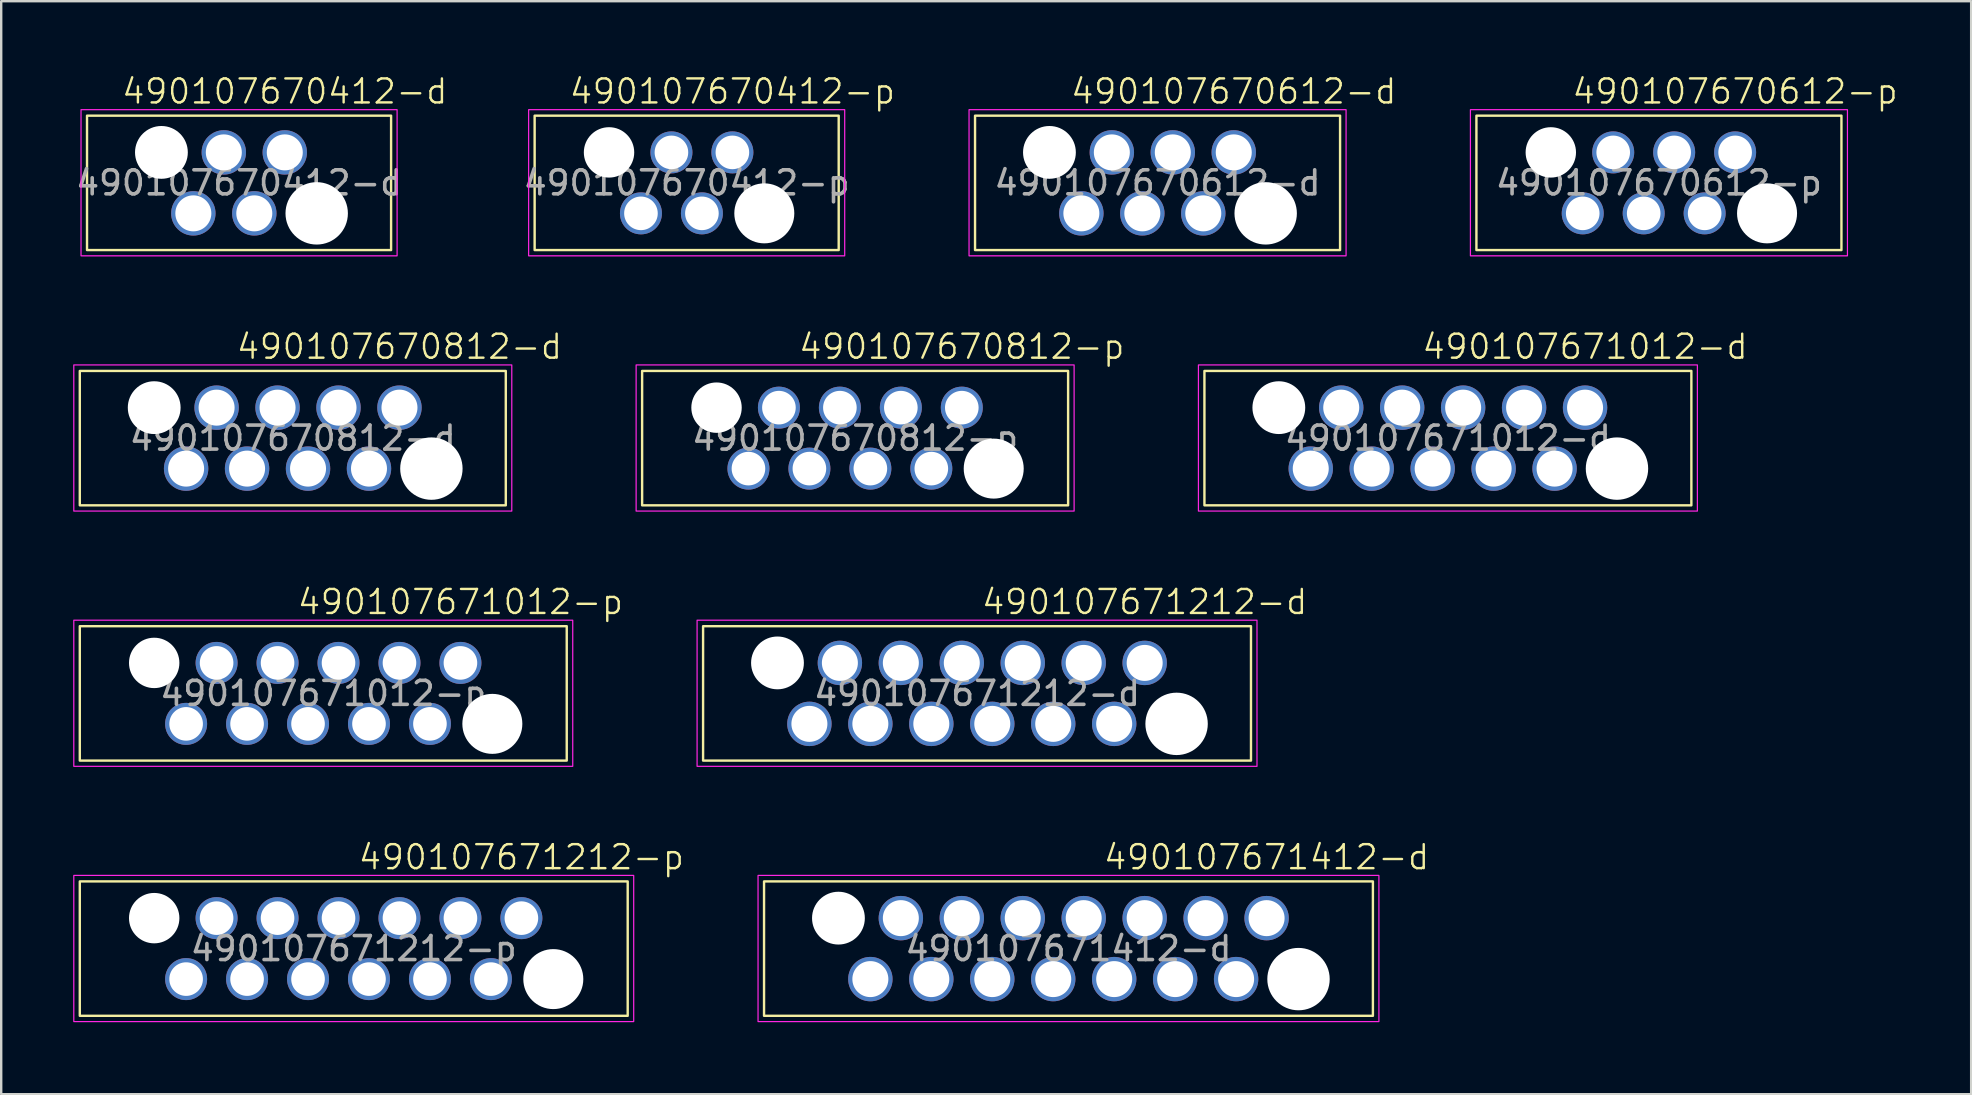
<source format=kicad_pcb>
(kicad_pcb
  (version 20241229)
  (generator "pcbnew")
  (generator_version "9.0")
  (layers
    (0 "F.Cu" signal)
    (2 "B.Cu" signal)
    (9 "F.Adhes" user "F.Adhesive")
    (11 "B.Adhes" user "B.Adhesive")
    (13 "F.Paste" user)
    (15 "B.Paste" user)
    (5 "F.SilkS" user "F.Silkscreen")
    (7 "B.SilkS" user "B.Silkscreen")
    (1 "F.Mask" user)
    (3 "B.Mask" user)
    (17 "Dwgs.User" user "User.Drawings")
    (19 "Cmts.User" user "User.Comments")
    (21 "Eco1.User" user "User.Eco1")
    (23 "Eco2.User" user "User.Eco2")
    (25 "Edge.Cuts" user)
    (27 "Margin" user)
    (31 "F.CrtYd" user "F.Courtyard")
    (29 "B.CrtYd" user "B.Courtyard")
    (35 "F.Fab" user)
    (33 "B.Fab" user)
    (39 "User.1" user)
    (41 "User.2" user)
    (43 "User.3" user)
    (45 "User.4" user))
  (footprint "490107671412-d"
    (layer "F.Cu")
    (at 49.726 35.207)
    (property "Reference" "490107671412-d" (at 0 -2.54 0) (unlocked yes) (layer "F.SilkS") (effects (font (size 1 1) (thickness 0.1))))
    (attr through_hole exclude_from_pos_files exclude_from_bom)
    (fp_rect (start -20.94 -1.53) (end 4.43 4.07) (stroke (width 0.1) (type default)) (fill no) (layer "F.SilkS"))
    (fp_rect (start -21.19 -1.78) (end 4.68 4.31) (stroke (width 0.05) (type default)) (fill no) (layer "F.CrtYd"))
    (fp_text user "${REFERENCE}" (at -8.255 1.27 0) (unlocked yes) (layer "F.Fab") (effects (font (size 1 1) (thickness 0.15))))
    (pad "" np_thru_hole circle (at -17.84 0) (size 2.2 2.2) (drill 2.2) (layers "*.Cu" "*.Mask"))
    (pad "" np_thru_hole circle (at 1.33 2.54) (size 2.6 2.6) (drill 2.6) (layers "*.Cu" "*.Mask"))
    (pad "1" thru_hole circle (at 0 0) (size 1.85 1.85) (drill 1.5) (layers "*.Cu" "*.Mask"))
    (pad "2" thru_hole circle (at -1.27 2.54) (size 1.85 1.85) (drill 1.5) (layers "*.Cu" "*.Mask"))
    (pad "3" thru_hole circle (at -2.54 0) (size 1.85 1.85) (drill 1.5) (layers "*.Cu" "*.Mask"))
    (pad "4" thru_hole circle (at -3.81 2.54) (size 1.85 1.85) (drill 1.5) (layers "*.Cu" "*.Mask"))
    (pad "5" thru_hole circle (at -5.08 0) (size 1.85 1.85) (drill 1.5) (layers "*.Cu" "*.Mask"))
    (pad "6" thru_hole circle (at -6.35 2.54) (size 1.85 1.85) (drill 1.5) (layers "*.Cu" "*.Mask"))
    (pad "7" thru_hole circle (at -7.62 0) (size 1.85 1.85) (drill 1.5) (layers "*.Cu" "*.Mask"))
    (pad "8" thru_hole circle (at -8.89 2.54) (size 1.85 1.85) (drill 1.5) (layers "*.Cu" "*.Mask"))
    (pad "9" thru_hole circle (at -10.16 0) (size 1.85 1.85) (drill 1.5) (layers "*.Cu" "*.Mask"))
    (pad "10" thru_hole circle (at -11.43 2.54) (size 1.85 1.85) (drill 1.5) (layers "*.Cu" "*.Mask"))
    (pad "11" thru_hole circle (at -12.7 0) (size 1.85 1.85) (drill 1.5) (layers "*.Cu" "*.Mask"))
    (pad "12" thru_hole circle (at -13.97 2.54) (size 1.85 1.85) (drill 1.5) (layers "*.Cu" "*.Mask"))
    (pad "13" thru_hole circle (at -15.24 0) (size 1.85 1.85) (drill 1.5) (layers "*.Cu" "*.Mask"))
    (pad "14" thru_hole circle (at -16.51 2.54) (size 1.85 1.85) (drill 1.5) (layers "*.Cu" "*.Mask")))
  (footprint "490107670412-d"
    (layer "F.Cu")
    (at 8.816 3.3)
    (property "Reference" "490107670412-d" (at 0 -2.54 0) (unlocked yes) (layer "F.SilkS") (effects (font (size 1 1) (thickness 0.1))))
    (attr through_hole exclude_from_pos_files exclude_from_bom)
    (fp_rect (start 4.43 -1.53) (end -8.24 4.07) (stroke (width 0.1) (type default)) (fill no) (layer "F.SilkS"))
    (fp_rect (start 4.68 -1.78) (end -8.49 4.31) (stroke (width 0.05) (type default)) (fill no) (layer "F.CrtYd"))
    (fp_text user "${REFERENCE}" (at -1.905 1.27 0) (unlocked yes) (layer "F.Fab") (effects (font (size 1 1) (thickness 0.15))))
    (pad "" np_thru_hole circle (at -5.14 0) (size 2.2 2.2) (drill 2.2) (layers "*.Cu" "*.Mask"))
    (pad "" np_thru_hole circle (at 1.33 2.54) (size 2.6 2.6) (drill 2.6) (layers "*.Cu" "*.Mask"))
    (pad "1" thru_hole circle (at 0 0) (size 1.85 1.85) (drill 1.5) (layers "*.Cu" "*.Mask"))
    (pad "2" thru_hole circle (at -1.27 2.54) (size 1.85 1.85) (drill 1.5) (layers "*.Cu" "*.Mask"))
    (pad "3" thru_hole circle (at -2.54 0) (size 1.85 1.85) (drill 1.5) (layers "*.Cu" "*.Mask"))
    (pad "4" thru_hole circle (at -3.81 2.54) (size 1.85 1.85) (drill 1.5) (layers "*.Cu" "*.Mask")))
  (footprint "490107670412-p"
    (layer "F.Cu")
    (at 27.467 3.3)
    (property "Reference" "490107670412-p" (at 0 -2.54 0) (unlocked yes) (layer "F.SilkS") (effects (font (size 1 1) (thickness 0.1))))
    (attr through_hole exclude_from_pos_files exclude_from_bom)
    (fp_rect (start 4.43 -1.53) (end -8.24 4.07) (stroke (width 0.1) (type default)) (fill no) (layer "F.SilkS"))
    (fp_rect (start 4.68 -1.78) (end -8.49 4.31) (stroke (width 0.05) (type default)) (fill no) (layer "F.CrtYd"))
    (fp_text user "${REFERENCE}" (at -1.905 1.27 0) (unlocked yes) (layer "F.Fab") (effects (font (size 1 1) (thickness 0.15))))
    (pad "" np_thru_hole circle (at -5.14 0) (size 2.1 2.1) (drill 2.1) (layers "*.Cu" "*.Mask"))
    (pad "" np_thru_hole circle (at 1.33 2.54) (size 2.5 2.5) (drill 2.5) (layers "*.Cu" "*.Mask"))
    (pad "1" thru_hole circle (at 0 0) (size 1.75 1.75) (drill 1.4) (layers "*.Cu" "*.Mask"))
    (pad "2" thru_hole circle (at -1.27 2.54) (size 1.75 1.75) (drill 1.4) (layers "*.Cu" "*.Mask"))
    (pad "3" thru_hole circle (at -2.54 0) (size 1.75 1.75) (drill 1.4) (layers "*.Cu" "*.Mask"))
    (pad "4" thru_hole circle (at -3.81 2.54) (size 1.75 1.75) (drill 1.4) (layers "*.Cu" "*.Mask")))
  (footprint "490107671212-d"
    (layer "F.Cu")
    (at 44.646 24.572)
    (property "Reference" "490107671212-d" (at 0 -2.54 0) (unlocked yes) (layer "F.SilkS") (effects (font (size 1 1) (thickness 0.1))))
    (attr through_hole exclude_from_pos_files exclude_from_bom)
    (fp_rect (start -18.4 -1.53) (end 4.43 4.07) (stroke (width 0.1) (type default)) (fill no) (layer "F.SilkS"))
    (fp_rect (start -18.65 -1.78) (end 4.68 4.31) (stroke (width 0.05) (type default)) (fill no) (layer "F.CrtYd"))
    (fp_text user "${REFERENCE}" (at -6.985 1.27 0) (unlocked yes) (layer "F.Fab") (effects (font (size 1 1) (thickness 0.15))))
    (pad "" np_thru_hole circle (at -15.3 0) (size 2.2 2.2) (drill 2.2) (layers "*.Cu" "*.Mask"))
    (pad "" np_thru_hole circle (at 1.33 2.54) (size 2.6 2.6) (drill 2.6) (layers "*.Cu" "*.Mask"))
    (pad "1" thru_hole circle (at 0 0) (size 1.85 1.85) (drill 1.5) (layers "*.Cu" "*.Mask"))
    (pad "2" thru_hole circle (at -1.27 2.54) (size 1.85 1.85) (drill 1.5) (layers "*.Cu" "*.Mask"))
    (pad "3" thru_hole circle (at -2.54 0) (size 1.85 1.85) (drill 1.5) (layers "*.Cu" "*.Mask"))
    (pad "4" thru_hole circle (at -3.81 2.54) (size 1.85 1.85) (drill 1.5) (layers "*.Cu" "*.Mask"))
    (pad "5" thru_hole circle (at -5.08 0) (size 1.85 1.85) (drill 1.5) (layers "*.Cu" "*.Mask"))
    (pad "6" thru_hole circle (at -6.35 2.54) (size 1.85 1.85) (drill 1.5) (layers "*.Cu" "*.Mask"))
    (pad "7" thru_hole circle (at -7.62 0) (size 1.85 1.85) (drill 1.5) (layers "*.Cu" "*.Mask"))
    (pad "8" thru_hole circle (at -8.89 2.54) (size 1.85 1.85) (drill 1.5) (layers "*.Cu" "*.Mask"))
    (pad "9" thru_hole circle (at -10.16 0) (size 1.85 1.85) (drill 1.5) (layers "*.Cu" "*.Mask"))
    (pad "10" thru_hole circle (at -11.43 2.54) (size 1.85 1.85) (drill 1.5) (layers "*.Cu" "*.Mask"))
    (pad "11" thru_hole circle (at -12.7 0) (size 1.85 1.85) (drill 1.5) (layers "*.Cu" "*.Mask"))
    (pad "12" thru_hole circle (at -13.97 2.54) (size 1.85 1.85) (drill 1.5) (layers "*.Cu" "*.Mask")))
  (footprint "490107670812-d"
    (layer "F.Cu")
    (at 13.595 13.936)
    (property "Reference" "490107670812-d" (at 0 -2.54 0) (unlocked yes) (layer "F.SilkS") (effects (font (size 1 1) (thickness 0.1))))
    (attr through_hole exclude_from_pos_files exclude_from_bom)
    (fp_rect (start -13.32 -1.53) (end 4.43 4.07) (stroke (width 0.1) (type default)) (fill no) (layer "F.SilkS"))
    (fp_rect (start -13.57 -1.78) (end 4.68 4.31) (stroke (width 0.05) (type default)) (fill no) (layer "F.CrtYd"))
    (fp_text user "${REFERENCE}" (at -4.445 1.27 0) (unlocked yes) (layer "F.Fab") (effects (font (size 1 1) (thickness 0.15))))
    (pad "" np_thru_hole circle (at -10.22 0) (size 2.2 2.2) (drill 2.2) (layers "*.Cu" "*.Mask"))
    (pad "" np_thru_hole circle (at 1.33 2.54) (size 2.6 2.6) (drill 2.6) (layers "*.Cu" "*.Mask"))
    (pad "1" thru_hole circle (at 0 0) (size 1.85 1.85) (drill 1.5) (layers "*.Cu" "*.Mask"))
    (pad "2" thru_hole circle (at -1.27 2.54) (size 1.85 1.85) (drill 1.5) (layers "*.Cu" "*.Mask"))
    (pad "3" thru_hole circle (at -2.54 0) (size 1.85 1.85) (drill 1.5) (layers "*.Cu" "*.Mask"))
    (pad "4" thru_hole circle (at -3.81 2.54) (size 1.85 1.85) (drill 1.5) (layers "*.Cu" "*.Mask"))
    (pad "5" thru_hole circle (at -5.08 0) (size 1.85 1.85) (drill 1.5) (layers "*.Cu" "*.Mask"))
    (pad "6" thru_hole circle (at -6.35 2.54) (size 1.85 1.85) (drill 1.5) (layers "*.Cu" "*.Mask"))
    (pad "7" thru_hole circle (at -7.62 0) (size 1.85 1.85) (drill 1.5) (layers "*.Cu" "*.Mask"))
    (pad "8" thru_hole circle (at -8.89 2.54) (size 1.85 1.85) (drill 1.5) (layers "*.Cu" "*.Mask")))
  (footprint "490107671012-d"
    (layer "F.Cu")
    (at 62.996 13.936)
    (property "Reference" "490107671012-d" (at 0 -2.54 0) (unlocked yes) (layer "F.SilkS") (effects (font (size 1 1) (thickness 0.1))))
    (attr through_hole exclude_from_pos_files exclude_from_bom)
    (fp_rect (start -15.86 -1.53) (end 4.43 4.07) (stroke (width 0.1) (type default)) (fill no) (layer "F.SilkS"))
    (fp_rect (start -16.11 -1.78) (end 4.68 4.31) (stroke (width 0.05) (type default)) (fill no) (layer "F.CrtYd"))
    (fp_text user "${REFERENCE}" (at -5.715 1.27 0) (unlocked yes) (layer "F.Fab") (effects (font (size 1 1) (thickness 0.15))))
    (pad "" np_thru_hole circle (at -12.76 0) (size 2.2 2.2) (drill 2.2) (layers "*.Cu" "*.Mask"))
    (pad "" np_thru_hole circle (at 1.33 2.54) (size 2.6 2.6) (drill 2.6) (layers "*.Cu" "*.Mask"))
    (pad "1" thru_hole circle (at 0 0) (size 1.85 1.85) (drill 1.5) (layers "*.Cu" "*.Mask"))
    (pad "2" thru_hole circle (at -1.27 2.54) (size 1.85 1.85) (drill 1.5) (layers "*.Cu" "*.Mask"))
    (pad "3" thru_hole circle (at -2.54 0) (size 1.85 1.85) (drill 1.5) (layers "*.Cu" "*.Mask"))
    (pad "4" thru_hole circle (at -3.81 2.54) (size 1.85 1.85) (drill 1.5) (layers "*.Cu" "*.Mask"))
    (pad "5" thru_hole circle (at -5.08 0) (size 1.85 1.85) (drill 1.5) (layers "*.Cu" "*.Mask"))
    (pad "6" thru_hole circle (at -6.35 2.54) (size 1.85 1.85) (drill 1.5) (layers "*.Cu" "*.Mask"))
    (pad "7" thru_hole circle (at -7.62 0) (size 1.85 1.85) (drill 1.5) (layers "*.Cu" "*.Mask"))
    (pad "8" thru_hole circle (at -8.89 2.54) (size 1.85 1.85) (drill 1.5) (layers "*.Cu" "*.Mask"))
    (pad "9" thru_hole circle (at -10.16 0) (size 1.85 1.85) (drill 1.5) (layers "*.Cu" "*.Mask"))
    (pad "10" thru_hole circle (at -11.43 2.54) (size 1.85 1.85) (drill 1.5) (layers "*.Cu" "*.Mask")))
  (footprint "490107670612-p"
    (layer "F.Cu")
    (at 69.249 3.3)
    (property "Reference" "490107670612-p" (at 0 -2.54 0) (unlocked yes) (layer "F.SilkS") (effects (font (size 1 1) (thickness 0.1))))
    (attr through_hole exclude_from_pos_files exclude_from_bom)
    (fp_rect (start -10.78 -1.53) (end 4.43 4.07) (stroke (width 0.1) (type default)) (fill no) (layer "F.SilkS"))
    (fp_rect (start -11.03 -1.78) (end 4.68 4.31) (stroke (width 0.05) (type default)) (fill no) (layer "F.CrtYd"))
    (fp_text user "${REFERENCE}" (at -3.175 1.27 0) (unlocked yes) (layer "F.Fab") (effects (font (size 1 1) (thickness 0.15))))
    (pad "" np_thru_hole circle (at -7.68 0) (size 2.1 2.1) (drill 2.1) (layers "*.Cu" "*.Mask"))
    (pad "" np_thru_hole circle (at 1.33 2.54) (size 2.5 2.5) (drill 2.5) (layers "*.Cu" "*.Mask"))
    (pad "1" thru_hole circle (at 0 0) (size 1.75 1.75) (drill 1.4) (layers "*.Cu" "*.Mask"))
    (pad "2" thru_hole circle (at -1.27 2.54) (size 1.75 1.75) (drill 1.4) (layers "*.Cu" "*.Mask"))
    (pad "3" thru_hole circle (at -2.54 0) (size 1.75 1.75) (drill 1.4) (layers "*.Cu" "*.Mask"))
    (pad "4" thru_hole circle (at -5.08 0) (size 1.75 1.75) (drill 1.4) (layers "*.Cu" "*.Mask"))
    (pad "4" thru_hole circle (at -3.81 2.54) (size 1.75 1.75) (drill 1.4) (layers "*.Cu" "*.Mask"))
    (pad "6" thru_hole circle (at -6.35 2.54) (size 1.75 1.75) (drill 1.4) (layers "*.Cu" "*.Mask")))
  (footprint "490107670612-d"
    (layer "F.Cu")
    (at 48.358 3.3)
    (property "Reference" "490107670612-d" (at 0 -2.54 0) (unlocked yes) (layer "F.SilkS") (effects (font (size 1 1) (thickness 0.1))))
    (attr through_hole exclude_from_pos_files exclude_from_bom)
    (fp_rect (start -10.78 -1.53) (end 4.43 4.07) (stroke (width 0.1) (type default)) (fill no) (layer "F.SilkS"))
    (fp_rect (start -11.03 -1.78) (end 4.68 4.31) (stroke (width 0.05) (type default)) (fill no) (layer "F.CrtYd"))
    (fp_text user "${REFERENCE}" (at -3.175 1.27 0) (unlocked yes) (layer "F.Fab") (effects (font (size 1 1) (thickness 0.15))))
    (pad "" np_thru_hole circle (at -7.68 0) (size 2.2 2.2) (drill 2.2) (layers "*.Cu" "*.Mask"))
    (pad "" np_thru_hole circle (at 1.33 2.54) (size 2.6 2.6) (drill 2.6) (layers "*.Cu" "*.Mask"))
    (pad "1" thru_hole circle (at 0 0) (size 1.85 1.85) (drill 1.5) (layers "*.Cu" "*.Mask"))
    (pad "2" thru_hole circle (at -1.27 2.54) (size 1.85 1.85) (drill 1.5) (layers "*.Cu" "*.Mask"))
    (pad "3" thru_hole circle (at -2.54 0) (size 1.85 1.85) (drill 1.5) (layers "*.Cu" "*.Mask"))
    (pad "4" thru_hole circle (at -5.08 0) (size 1.85 1.85) (drill 1.5) (layers "*.Cu" "*.Mask"))
    (pad "4" thru_hole circle (at -3.81 2.54) (size 1.85 1.85) (drill 1.5) (layers "*.Cu" "*.Mask"))
    (pad "6" thru_hole circle (at -6.35 2.54) (size 1.85 1.85) (drill 1.5) (layers "*.Cu" "*.Mask")))
  (footprint "490107670812-p"
    (layer "F.Cu")
    (at 37.026 13.936)
    (property "Reference" "490107670812-p" (at 0 -2.54 0) (unlocked yes) (layer "F.SilkS") (effects (font (size 1 1) (thickness 0.1))))
    (attr through_hole exclude_from_pos_files exclude_from_bom)
    (fp_rect (start -13.32 -1.53) (end 4.43 4.07) (stroke (width 0.1) (type default)) (fill no) (layer "F.SilkS"))
    (fp_rect (start -13.57 -1.78) (end 4.68 4.31) (stroke (width 0.05) (type default)) (fill no) (layer "F.CrtYd"))
    (fp_text user "${REFERENCE}" (at -4.445 1.27 0) (unlocked yes) (layer "F.Fab") (effects (font (size 1 1) (thickness 0.15))))
    (pad "" np_thru_hole circle (at -10.22 0) (size 2.1 2.1) (drill 2.1) (layers "*.Cu" "*.Mask"))
    (pad "" np_thru_hole circle (at 1.33 2.54) (size 2.5 2.5) (drill 2.5) (layers "*.Cu" "*.Mask"))
    (pad "1" thru_hole circle (at 0 0) (size 1.75 1.75) (drill 1.4) (layers "*.Cu" "*.Mask"))
    (pad "2" thru_hole circle (at -1.27 2.54) (size 1.75 1.75) (drill 1.4) (layers "*.Cu" "*.Mask"))
    (pad "3" thru_hole circle (at -2.54 0) (size 1.75 1.75) (drill 1.4) (layers "*.Cu" "*.Mask"))
    (pad "4" thru_hole circle (at -3.81 2.54) (size 1.75 1.75) (drill 1.4) (layers "*.Cu" "*.Mask"))
    (pad "5" thru_hole circle (at -5.08 0) (size 1.75 1.75) (drill 1.4) (layers "*.Cu" "*.Mask"))
    (pad "6" thru_hole circle (at -6.35 2.54) (size 1.75 1.75) (drill 1.4) (layers "*.Cu" "*.Mask"))
    (pad "7" thru_hole circle (at -7.62 0) (size 1.75 1.75) (drill 1.4) (layers "*.Cu" "*.Mask"))
    (pad "8" thru_hole circle (at -8.89 2.54) (size 1.75 1.75) (drill 1.4) (layers "*.Cu" "*.Mask")))
  (footprint "490107671212-p"
    (layer "F.Cu")
    (at 18.675 35.207)
    (property "Reference" "490107671212-p" (at 0 -2.54 0) (unlocked yes) (layer "F.SilkS") (effects (font (size 1 1) (thickness 0.1))))
    (attr through_hole exclude_from_pos_files exclude_from_bom)
    (fp_rect (start -18.4 -1.53) (end 4.43 4.07) (stroke (width 0.1) (type default)) (fill no) (layer "F.SilkS"))
    (fp_rect (start -18.65 -1.78) (end 4.68 4.31) (stroke (width 0.05) (type default)) (fill no) (layer "F.CrtYd"))
    (fp_text user "${REFERENCE}" (at -6.985 1.27 0) (unlocked yes) (layer "F.Fab") (effects (font (size 1 1) (thickness 0.15))))
    (pad "" np_thru_hole circle (at -15.3 0) (size 2.1 2.1) (drill 2.1) (layers "*.Cu" "*.Mask"))
    (pad "" np_thru_hole circle (at 1.33 2.54) (size 2.5 2.5) (drill 2.5) (layers "*.Cu" "*.Mask"))
    (pad "1" thru_hole circle (at 0 0) (size 1.75 1.75) (drill 1.4) (layers "*.Cu" "*.Mask"))
    (pad "2" thru_hole circle (at -1.27 2.54) (size 1.75 1.75) (drill 1.4) (layers "*.Cu" "*.Mask"))
    (pad "3" thru_hole circle (at -2.54 0) (size 1.75 1.75) (drill 1.4) (layers "*.Cu" "*.Mask"))
    (pad "4" thru_hole circle (at -3.81 2.54) (size 1.75 1.75) (drill 1.4) (layers "*.Cu" "*.Mask"))
    (pad "5" thru_hole circle (at -5.08 0) (size 1.75 1.75) (drill 1.4) (layers "*.Cu" "*.Mask"))
    (pad "6" thru_hole circle (at -6.35 2.54) (size 1.75 1.75) (drill 1.4) (layers "*.Cu" "*.Mask"))
    (pad "7" thru_hole circle (at -7.62 0) (size 1.75 1.75) (drill 1.4) (layers "*.Cu" "*.Mask"))
    (pad "8" thru_hole circle (at -8.89 2.54) (size 1.75 1.75) (drill 1.4) (layers "*.Cu" "*.Mask"))
    (pad "9" thru_hole circle (at -10.16 0) (size 1.75 1.75) (drill 1.4) (layers "*.Cu" "*.Mask"))
    (pad "10" thru_hole circle (at -11.43 2.54) (size 1.75 1.75) (drill 1.4) (layers "*.Cu" "*.Mask"))
    (pad "11" thru_hole circle (at -12.7 0) (size 1.75 1.75) (drill 1.4) (layers "*.Cu" "*.Mask"))
    (pad "12" thru_hole circle (at -13.97 2.54) (size 1.75 1.75) (drill 1.4) (layers "*.Cu" "*.Mask")))
  (footprint "490107671012-p"
    (layer "F.Cu")
    (at 16.135 24.572)
    (property "Reference" "490107671012-p" (at 0 -2.54 0) (unlocked yes) (layer "F.SilkS") (effects (font (size 1 1) (thickness 0.1))))
    (attr through_hole exclude_from_pos_files exclude_from_bom)
    (fp_rect (start -15.86 -1.53) (end 4.43 4.07) (stroke (width 0.1) (type default)) (fill no) (layer "F.SilkS"))
    (fp_rect (start -16.11 -1.78) (end 4.68 4.31) (stroke (width 0.05) (type default)) (fill no) (layer "F.CrtYd"))
    (fp_text user "${REFERENCE}" (at -5.715 1.27 0) (unlocked yes) (layer "F.Fab") (effects (font (size 1 1) (thickness 0.15))))
    (pad "" np_thru_hole circle (at -12.76 0) (size 2.1 2.1) (drill 2.1) (layers "*.Cu" "*.Mask"))
    (pad "" np_thru_hole circle (at 1.33 2.54) (size 2.5 2.5) (drill 2.5) (layers "*.Cu" "*.Mask"))
    (pad "1" thru_hole circle (at 0 0) (size 1.75 1.75) (drill 1.4) (layers "*.Cu" "*.Mask"))
    (pad "2" thru_hole circle (at -1.27 2.54) (size 1.75 1.75) (drill 1.4) (layers "*.Cu" "*.Mask"))
    (pad "3" thru_hole circle (at -2.54 0) (size 1.75 1.75) (drill 1.4) (layers "*.Cu" "*.Mask"))
    (pad "4" thru_hole circle (at -3.81 2.54) (size 1.75 1.75) (drill 1.4) (layers "*.Cu" "*.Mask"))
    (pad "5" thru_hole circle (at -5.08 0) (size 1.75 1.75) (drill 1.4) (layers "*.Cu" "*.Mask"))
    (pad "6" thru_hole circle (at -6.35 2.54) (size 1.75 1.75) (drill 1.4) (layers "*.Cu" "*.Mask"))
    (pad "7" thru_hole circle (at -7.62 0) (size 1.75 1.75) (drill 1.4) (layers "*.Cu" "*.Mask"))
    (pad "8" thru_hole circle (at -8.89 2.54) (size 1.75 1.75) (drill 1.4) (layers "*.Cu" "*.Mask"))
    (pad "9" thru_hole circle (at -10.16 0) (size 1.75 1.75) (drill 1.4) (layers "*.Cu" "*.Mask"))
    (pad "10" thru_hole circle (at -11.43 2.54) (size 1.75 1.75) (drill 1.4) (layers "*.Cu" "*.Mask")))
  (gr_rect
    (start -3 -3)
    (end 79.084 42.542)
    (stroke (width 0.1) (type default))
    (fill no)
    (layer "Edge.Cuts")))
</source>
